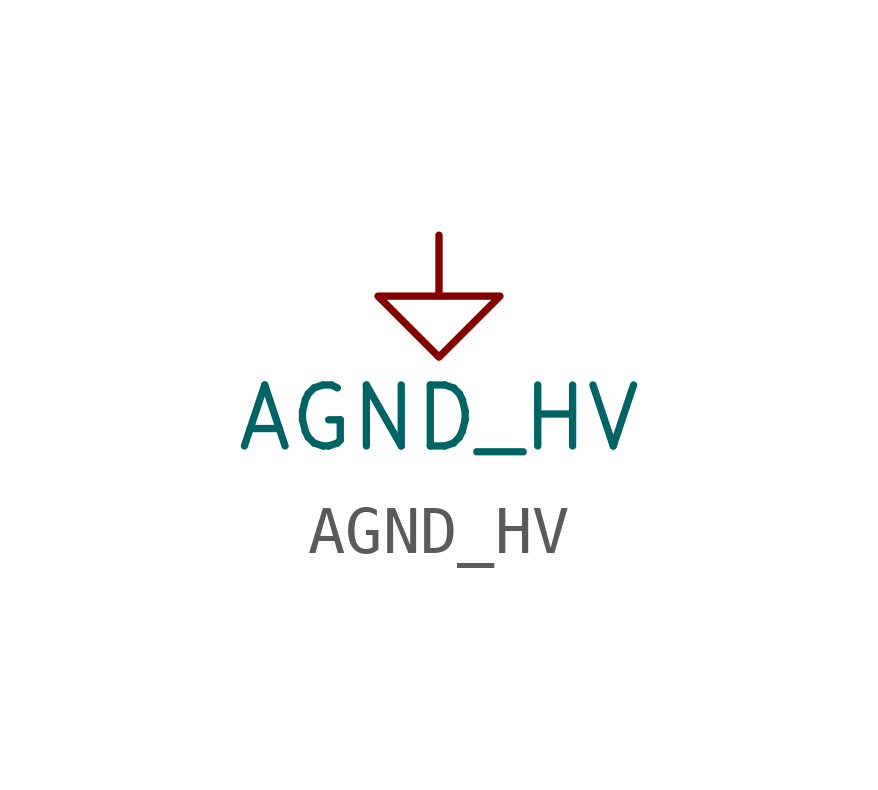
<source format=kicad_sym>
(kicad_symbol_lib
  (version 20220914)
  (generator kicad_symbol_editor)
  (symbol "AGND_HV"
    (power)
    (pin_numbers hide)
    (pin_names
      (offset 0))
    (property "Reference" "#PWR"
      (at 2.54 -2.54 90)
      (effects (font (size 1.27 1.27)) hide))
    (property "Value" "AGND_HV"
      (at 0 -3.81 0)
      (effects (font (size 1.27 1.27))))
    (symbol "AGND_HV_1_1"
      (polyline (pts (xy 0 0) (xy 0 -1.27) (xy 1.27 -1.27) (xy 0 -2.54) (xy -1.27 -1.27) (xy 0 -1.27)) (stroke (width 0) (type default)) (fill (type none)))
      (pin power_in line (at 0 0 90) (length 0) hide (name "AGND_HV" (effects (font (size 1.27 1.27)))) (number "1" (effects (font (size 1.27 1.27))))))))
</source>
